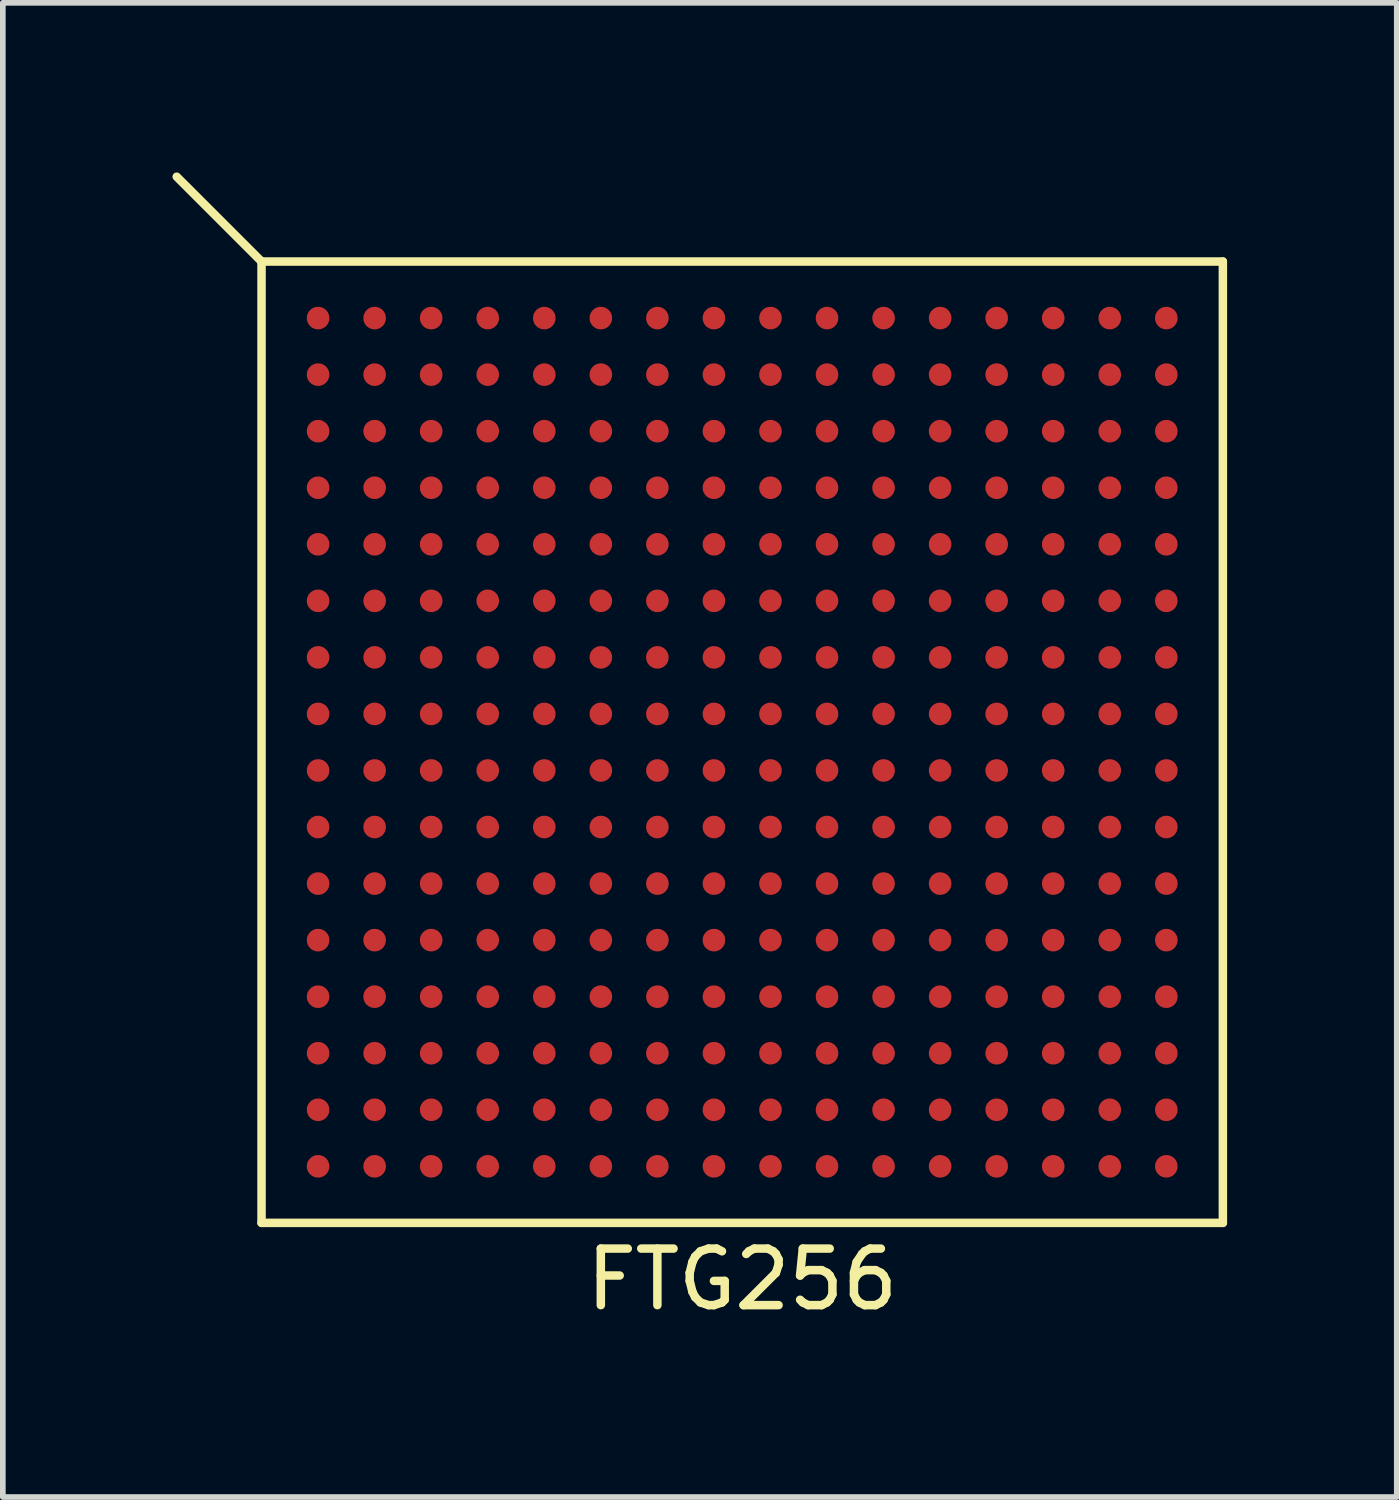
<source format=kicad_pcb>
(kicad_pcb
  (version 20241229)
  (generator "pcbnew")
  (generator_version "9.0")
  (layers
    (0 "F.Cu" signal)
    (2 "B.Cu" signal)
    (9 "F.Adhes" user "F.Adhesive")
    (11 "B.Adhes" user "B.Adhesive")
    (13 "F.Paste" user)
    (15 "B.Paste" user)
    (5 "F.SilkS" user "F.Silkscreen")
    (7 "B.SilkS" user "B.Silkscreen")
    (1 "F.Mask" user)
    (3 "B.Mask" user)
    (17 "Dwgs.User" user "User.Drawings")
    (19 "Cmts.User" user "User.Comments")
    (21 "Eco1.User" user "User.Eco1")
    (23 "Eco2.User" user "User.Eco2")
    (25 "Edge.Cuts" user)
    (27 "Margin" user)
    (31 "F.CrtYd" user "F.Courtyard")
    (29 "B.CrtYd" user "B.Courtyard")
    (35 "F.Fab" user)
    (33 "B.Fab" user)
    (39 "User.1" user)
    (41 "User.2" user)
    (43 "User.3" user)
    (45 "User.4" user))
  (footprint "FTG256"
    (layer "F.Cu")
    (at 10.075 10.075)
    (property "Reference" "FTG256" (at 0 9.5 0) (layer "F.SilkS") (effects (font (size 1 1) (thickness 0.15))))
    (attr through_hole)
    (fp_line (start -8.5 -8.5) (end -10 -10) (stroke (width 0.15) (type solid)) (layer "F.SilkS"))
    (fp_line (start -8.5 -8.5) (end 8.5 -8.5) (stroke (width 0.15) (type solid)) (layer "F.SilkS"))
    (fp_line (start -8.5 8.5) (end -8.5 -8.5) (stroke (width 0.15) (type solid)) (layer "F.SilkS"))
    (fp_line (start 8.5 -8.5) (end 8.5 8.5) (stroke (width 0.15) (type solid)) (layer "F.SilkS"))
    (fp_line (start 8.5 8.5) (end -8.5 8.5) (stroke (width 0.15) (type solid)) (layer "F.SilkS"))
    (pad "A1" smd circle (at -7.5 -7.5) (size 0.4 0.4) (layers "F.Cu" "F.Mask" "F.Paste"))
    (pad "A2" smd circle (at -6.5 -7.5) (size 0.4 0.4) (layers "F.Cu" "F.Mask" "F.Paste"))
    (pad "A3" smd circle (at -5.5 -7.5) (size 0.4 0.4) (layers "F.Cu" "F.Mask" "F.Paste"))
    (pad "A4" smd circle (at -4.5 -7.5) (size 0.4 0.4) (layers "F.Cu" "F.Mask" "F.Paste"))
    (pad "A5" smd circle (at -3.5 -7.5) (size 0.4 0.4) (layers "F.Cu" "F.Mask" "F.Paste"))
    (pad "A6" smd circle (at -2.5 -7.5) (size 0.4 0.4) (layers "F.Cu" "F.Mask" "F.Paste"))
    (pad "A7" smd circle (at -1.5 -7.5) (size 0.4 0.4) (layers "F.Cu" "F.Mask" "F.Paste"))
    (pad "A8" smd circle (at -0.5 -7.5) (size 0.4 0.4) (layers "F.Cu" "F.Mask" "F.Paste"))
    (pad "A9" smd circle (at 0.5 -7.5) (size 0.4 0.4) (layers "F.Cu" "F.Mask" "F.Paste"))
    (pad "A10" smd circle (at 1.5 -7.5) (size 0.4 0.4) (layers "F.Cu" "F.Mask" "F.Paste"))
    (pad "A11" smd circle (at 2.5 -7.5) (size 0.4 0.4) (layers "F.Cu" "F.Mask" "F.Paste"))
    (pad "A12" smd circle (at 3.5 -7.5) (size 0.4 0.4) (layers "F.Cu" "F.Mask" "F.Paste"))
    (pad "A13" smd circle (at 4.5 -7.5) (size 0.4 0.4) (layers "F.Cu" "F.Mask" "F.Paste"))
    (pad "A14" smd circle (at 5.5 -7.5) (size 0.4 0.4) (layers "F.Cu" "F.Mask" "F.Paste"))
    (pad "A15" smd circle (at 6.5 -7.5) (size 0.4 0.4) (layers "F.Cu" "F.Mask" "F.Paste"))
    (pad "A16" smd circle (at 7.5 -7.5) (size 0.4 0.4) (layers "F.Cu" "F.Mask" "F.Paste"))
    (pad "B1" smd circle (at -7.5 -6.5) (size 0.4 0.4) (layers "F.Cu" "F.Mask" "F.Paste"))
    (pad "B2" smd circle (at -6.5 -6.5) (size 0.4 0.4) (layers "F.Cu" "F.Mask" "F.Paste"))
    (pad "B3" smd circle (at -5.5 -6.5) (size 0.4 0.4) (layers "F.Cu" "F.Mask" "F.Paste"))
    (pad "B4" smd circle (at -4.5 -6.5) (size 0.4 0.4) (layers "F.Cu" "F.Mask" "F.Paste"))
    (pad "B5" smd circle (at -3.5 -6.5) (size 0.4 0.4) (layers "F.Cu" "F.Mask" "F.Paste"))
    (pad "B6" smd circle (at -2.5 -6.5) (size 0.4 0.4) (layers "F.Cu" "F.Mask" "F.Paste"))
    (pad "B7" smd circle (at -1.5 -6.5) (size 0.4 0.4) (layers "F.Cu" "F.Mask" "F.Paste"))
    (pad "B8" smd circle (at -0.5 -6.5) (size 0.4 0.4) (layers "F.Cu" "F.Mask" "F.Paste"))
    (pad "B9" smd circle (at 0.5 -6.5) (size 0.4 0.4) (layers "F.Cu" "F.Mask" "F.Paste"))
    (pad "B10" smd circle (at 1.5 -6.5) (size 0.4 0.4) (layers "F.Cu" "F.Mask" "F.Paste"))
    (pad "B11" smd circle (at 2.5 -6.5) (size 0.4 0.4) (layers "F.Cu" "F.Mask" "F.Paste"))
    (pad "B12" smd circle (at 3.5 -6.5) (size 0.4 0.4) (layers "F.Cu" "F.Mask" "F.Paste"))
    (pad "B13" smd circle (at 4.5 -6.5) (size 0.4 0.4) (layers "F.Cu" "F.Mask" "F.Paste"))
    (pad "B14" smd circle (at 5.5 -6.5) (size 0.4 0.4) (layers "F.Cu" "F.Mask" "F.Paste"))
    (pad "B15" smd circle (at 6.5 -6.5) (size 0.4 0.4) (layers "F.Cu" "F.Mask" "F.Paste"))
    (pad "B16" smd circle (at 7.5 -6.5) (size 0.4 0.4) (layers "F.Cu" "F.Mask" "F.Paste"))
    (pad "C1" smd circle (at -7.5 -5.5) (size 0.4 0.4) (layers "F.Cu" "F.Mask" "F.Paste"))
    (pad "C2" smd circle (at -6.5 -5.5) (size 0.4 0.4) (layers "F.Cu" "F.Mask" "F.Paste"))
    (pad "C3" smd circle (at -5.5 -5.5) (size 0.4 0.4) (layers "F.Cu" "F.Mask" "F.Paste"))
    (pad "C4" smd circle (at -4.5 -5.5) (size 0.4 0.4) (layers "F.Cu" "F.Mask" "F.Paste"))
    (pad "C5" smd circle (at -3.5 -5.5) (size 0.4 0.4) (layers "F.Cu" "F.Mask" "F.Paste"))
    (pad "C6" smd circle (at -2.5 -5.5) (size 0.4 0.4) (layers "F.Cu" "F.Mask" "F.Paste"))
    (pad "C7" smd circle (at -1.5 -5.5) (size 0.4 0.4) (layers "F.Cu" "F.Mask" "F.Paste"))
    (pad "C8" smd circle (at -0.5 -5.5) (size 0.4 0.4) (layers "F.Cu" "F.Mask" "F.Paste"))
    (pad "C9" smd circle (at 0.5 -5.5) (size 0.4 0.4) (layers "F.Cu" "F.Mask" "F.Paste"))
    (pad "C10" smd circle (at 1.5 -5.5) (size 0.4 0.4) (layers "F.Cu" "F.Mask" "F.Paste"))
    (pad "C11" smd circle (at 2.5 -5.5) (size 0.4 0.4) (layers "F.Cu" "F.Mask" "F.Paste"))
    (pad "C12" smd circle (at 3.5 -5.5) (size 0.4 0.4) (layers "F.Cu" "F.Mask" "F.Paste"))
    (pad "C13" smd circle (at 4.5 -5.5) (size 0.4 0.4) (layers "F.Cu" "F.Mask" "F.Paste"))
    (pad "C14" smd circle (at 5.5 -5.5) (size 0.4 0.4) (layers "F.Cu" "F.Mask" "F.Paste"))
    (pad "C15" smd circle (at 6.5 -5.5) (size 0.4 0.4) (layers "F.Cu" "F.Mask" "F.Paste"))
    (pad "C16" smd circle (at 7.5 -5.5) (size 0.4 0.4) (layers "F.Cu" "F.Mask" "F.Paste"))
    (pad "D1" smd circle (at -7.5 -4.5) (size 0.4 0.4) (layers "F.Cu" "F.Mask" "F.Paste"))
    (pad "D2" smd circle (at -6.5 -4.5) (size 0.4 0.4) (layers "F.Cu" "F.Mask" "F.Paste"))
    (pad "D3" smd circle (at -5.5 -4.5) (size 0.4 0.4) (layers "F.Cu" "F.Mask" "F.Paste"))
    (pad "D4" smd circle (at -4.5 -4.5) (size 0.4 0.4) (layers "F.Cu" "F.Mask" "F.Paste"))
    (pad "D5" smd circle (at -3.5 -4.5) (size 0.4 0.4) (layers "F.Cu" "F.Mask" "F.Paste"))
    (pad "D6" smd circle (at -2.5 -4.5) (size 0.4 0.4) (layers "F.Cu" "F.Mask" "F.Paste"))
    (pad "D7" smd circle (at -1.5 -4.5) (size 0.4 0.4) (layers "F.Cu" "F.Mask" "F.Paste"))
    (pad "D8" smd circle (at -0.5 -4.5) (size 0.4 0.4) (layers "F.Cu" "F.Mask" "F.Paste"))
    (pad "D9" smd circle (at 0.5 -4.5) (size 0.4 0.4) (layers "F.Cu" "F.Mask" "F.Paste"))
    (pad "D10" smd circle (at 1.5 -4.5) (size 0.4 0.4) (layers "F.Cu" "F.Mask" "F.Paste"))
    (pad "D11" smd circle (at 2.5 -4.5) (size 0.4 0.4) (layers "F.Cu" "F.Mask" "F.Paste"))
    (pad "D12" smd circle (at 3.5 -4.5) (size 0.4 0.4) (layers "F.Cu" "F.Mask" "F.Paste"))
    (pad "D13" smd circle (at 4.5 -4.5) (size 0.4 0.4) (layers "F.Cu" "F.Mask" "F.Paste"))
    (pad "D14" smd circle (at 5.5 -4.5) (size 0.4 0.4) (layers "F.Cu" "F.Mask" "F.Paste"))
    (pad "D15" smd circle (at 6.5 -4.5) (size 0.4 0.4) (layers "F.Cu" "F.Mask" "F.Paste"))
    (pad "D16" smd circle (at 7.5 -4.5) (size 0.4 0.4) (layers "F.Cu" "F.Mask" "F.Paste"))
    (pad "E1" smd circle (at -7.5 -3.5) (size 0.4 0.4) (layers "F.Cu" "F.Mask" "F.Paste"))
    (pad "E2" smd circle (at -6.5 -3.5) (size 0.4 0.4) (layers "F.Cu" "F.Mask" "F.Paste"))
    (pad "E3" smd circle (at -5.5 -3.5) (size 0.4 0.4) (layers "F.Cu" "F.Mask" "F.Paste"))
    (pad "E4" smd circle (at -4.5 -3.5) (size 0.4 0.4) (layers "F.Cu" "F.Mask" "F.Paste"))
    (pad "E5" smd circle (at -3.5 -3.5) (size 0.4 0.4) (layers "F.Cu" "F.Mask" "F.Paste"))
    (pad "E6" smd circle (at -2.5 -3.5) (size 0.4 0.4) (layers "F.Cu" "F.Mask" "F.Paste"))
    (pad "E7" smd circle (at -1.5 -3.5) (size 0.4 0.4) (layers "F.Cu" "F.Mask" "F.Paste"))
    (pad "E8" smd circle (at -0.5 -3.5) (size 0.4 0.4) (layers "F.Cu" "F.Mask" "F.Paste"))
    (pad "E9" smd circle (at 0.5 -3.5) (size 0.4 0.4) (layers "F.Cu" "F.Mask" "F.Paste"))
    (pad "E10" smd circle (at 1.5 -3.5) (size 0.4 0.4) (layers "F.Cu" "F.Mask" "F.Paste"))
    (pad "E11" smd circle (at 2.5 -3.5) (size 0.4 0.4) (layers "F.Cu" "F.Mask" "F.Paste"))
    (pad "E12" smd circle (at 3.5 -3.5) (size 0.4 0.4) (layers "F.Cu" "F.Mask" "F.Paste"))
    (pad "E13" smd circle (at 4.5 -3.5) (size 0.4 0.4) (layers "F.Cu" "F.Mask" "F.Paste"))
    (pad "E14" smd circle (at 5.5 -3.5) (size 0.4 0.4) (layers "F.Cu" "F.Mask" "F.Paste"))
    (pad "E15" smd circle (at 6.5 -3.5) (size 0.4 0.4) (layers "F.Cu" "F.Mask" "F.Paste"))
    (pad "E16" smd circle (at 7.5 -3.5) (size 0.4 0.4) (layers "F.Cu" "F.Mask" "F.Paste"))
    (pad "F1" smd circle (at -7.5 -2.5) (size 0.4 0.4) (layers "F.Cu" "F.Mask" "F.Paste"))
    (pad "F2" smd circle (at -6.5 -2.5) (size 0.4 0.4) (layers "F.Cu" "F.Mask" "F.Paste"))
    (pad "F3" smd circle (at -5.5 -2.5) (size 0.4 0.4) (layers "F.Cu" "F.Mask" "F.Paste"))
    (pad "F4" smd circle (at -4.5 -2.5) (size 0.4 0.4) (layers "F.Cu" "F.Mask" "F.Paste"))
    (pad "F5" smd circle (at -3.5 -2.5) (size 0.4 0.4) (layers "F.Cu" "F.Mask" "F.Paste"))
    (pad "F6" smd circle (at -2.5 -2.5) (size 0.4 0.4) (layers "F.Cu" "F.Mask" "F.Paste"))
    (pad "F7" smd circle (at -1.5 -2.5) (size 0.4 0.4) (layers "F.Cu" "F.Mask" "F.Paste"))
    (pad "F8" smd circle (at -0.5 -2.5) (size 0.4 0.4) (layers "F.Cu" "F.Mask" "F.Paste"))
    (pad "F9" smd circle (at 0.5 -2.5) (size 0.4 0.4) (layers "F.Cu" "F.Mask" "F.Paste"))
    (pad "F10" smd circle (at 1.5 -2.5) (size 0.4 0.4) (layers "F.Cu" "F.Mask" "F.Paste"))
    (pad "F11" smd circle (at 2.5 -2.5) (size 0.4 0.4) (layers "F.Cu" "F.Mask" "F.Paste"))
    (pad "F12" smd circle (at 3.5 -2.5) (size 0.4 0.4) (layers "F.Cu" "F.Mask" "F.Paste"))
    (pad "F13" smd circle (at 4.5 -2.5) (size 0.4 0.4) (layers "F.Cu" "F.Mask" "F.Paste"))
    (pad "F14" smd circle (at 5.5 -2.5) (size 0.4 0.4) (layers "F.Cu" "F.Mask" "F.Paste"))
    (pad "F15" smd circle (at 6.5 -2.5) (size 0.4 0.4) (layers "F.Cu" "F.Mask" "F.Paste"))
    (pad "F16" smd circle (at 7.5 -2.5) (size 0.4 0.4) (layers "F.Cu" "F.Mask" "F.Paste"))
    (pad "G1" smd circle (at -7.5 -1.5) (size 0.4 0.4) (layers "F.Cu" "F.Mask" "F.Paste"))
    (pad "G2" smd circle (at -6.5 -1.5) (size 0.4 0.4) (layers "F.Cu" "F.Mask" "F.Paste"))
    (pad "G3" smd circle (at -5.5 -1.5) (size 0.4 0.4) (layers "F.Cu" "F.Mask" "F.Paste"))
    (pad "G4" smd circle (at -4.5 -1.5) (size 0.4 0.4) (layers "F.Cu" "F.Mask" "F.Paste"))
    (pad "G5" smd circle (at -3.5 -1.5) (size 0.4 0.4) (layers "F.Cu" "F.Mask" "F.Paste"))
    (pad "G6" smd circle (at -2.5 -1.5) (size 0.4 0.4) (layers "F.Cu" "F.Mask" "F.Paste"))
    (pad "G7" smd circle (at -1.5 -1.5) (size 0.4 0.4) (layers "F.Cu" "F.Mask" "F.Paste"))
    (pad "G8" smd circle (at -0.5 -1.5) (size 0.4 0.4) (layers "F.Cu" "F.Mask" "F.Paste"))
    (pad "G9" smd circle (at 0.5 -1.5) (size 0.4 0.4) (layers "F.Cu" "F.Mask" "F.Paste"))
    (pad "G10" smd circle (at 1.5 -1.5) (size 0.4 0.4) (layers "F.Cu" "F.Mask" "F.Paste"))
    (pad "G11" smd circle (at 2.5 -1.5) (size 0.4 0.4) (layers "F.Cu" "F.Mask" "F.Paste"))
    (pad "G12" smd circle (at 3.5 -1.5) (size 0.4 0.4) (layers "F.Cu" "F.Mask" "F.Paste"))
    (pad "G13" smd circle (at 4.5 -1.5) (size 0.4 0.4) (layers "F.Cu" "F.Mask" "F.Paste"))
    (pad "G14" smd circle (at 5.5 -1.5) (size 0.4 0.4) (layers "F.Cu" "F.Mask" "F.Paste"))
    (pad "G15" smd circle (at 6.5 -1.5) (size 0.4 0.4) (layers "F.Cu" "F.Mask" "F.Paste"))
    (pad "G16" smd circle (at 7.5 -1.5) (size 0.4 0.4) (layers "F.Cu" "F.Mask" "F.Paste"))
    (pad "H1" smd circle (at -7.5 -0.5) (size 0.4 0.4) (layers "F.Cu" "F.Mask" "F.Paste"))
    (pad "H2" smd circle (at -6.5 -0.5) (size 0.4 0.4) (layers "F.Cu" "F.Mask" "F.Paste"))
    (pad "H3" smd circle (at -5.5 -0.5) (size 0.4 0.4) (layers "F.Cu" "F.Mask" "F.Paste"))
    (pad "H4" smd circle (at -4.5 -0.5) (size 0.4 0.4) (layers "F.Cu" "F.Mask" "F.Paste"))
    (pad "H5" smd circle (at -3.5 -0.5) (size 0.4 0.4) (layers "F.Cu" "F.Mask" "F.Paste"))
    (pad "H6" smd circle (at -2.5 -0.5) (size 0.4 0.4) (layers "F.Cu" "F.Mask" "F.Paste"))
    (pad "H7" smd circle (at -1.5 -0.5) (size 0.4 0.4) (layers "F.Cu" "F.Mask" "F.Paste"))
    (pad "H8" smd circle (at -0.5 -0.5) (size 0.4 0.4) (layers "F.Cu" "F.Mask" "F.Paste"))
    (pad "H9" smd circle (at 0.5 -0.5) (size 0.4 0.4) (layers "F.Cu" "F.Mask" "F.Paste"))
    (pad "H10" smd circle (at 1.5 -0.5) (size 0.4 0.4) (layers "F.Cu" "F.Mask" "F.Paste"))
    (pad "H11" smd circle (at 2.5 -0.5) (size 0.4 0.4) (layers "F.Cu" "F.Mask" "F.Paste"))
    (pad "H12" smd circle (at 3.5 -0.5) (size 0.4 0.4) (layers "F.Cu" "F.Mask" "F.Paste"))
    (pad "H13" smd circle (at 4.5 -0.5) (size 0.4 0.4) (layers "F.Cu" "F.Mask" "F.Paste"))
    (pad "H14" smd circle (at 5.5 -0.5) (size 0.4 0.4) (layers "F.Cu" "F.Mask" "F.Paste"))
    (pad "H15" smd circle (at 6.5 -0.5) (size 0.4 0.4) (layers "F.Cu" "F.Mask" "F.Paste"))
    (pad "H16" smd circle (at 7.5 -0.5) (size 0.4 0.4) (layers "F.Cu" "F.Mask" "F.Paste"))
    (pad "J1" smd circle (at -7.5 0.5) (size 0.4 0.4) (layers "F.Cu" "F.Mask" "F.Paste"))
    (pad "J2" smd circle (at -6.5 0.5) (size 0.4 0.4) (layers "F.Cu" "F.Mask" "F.Paste"))
    (pad "J3" smd circle (at -5.5 0.5) (size 0.4 0.4) (layers "F.Cu" "F.Mask" "F.Paste"))
    (pad "J4" smd circle (at -4.5 0.5) (size 0.4 0.4) (layers "F.Cu" "F.Mask" "F.Paste"))
    (pad "J5" smd circle (at -3.5 0.5) (size 0.4 0.4) (layers "F.Cu" "F.Mask" "F.Paste"))
    (pad "J6" smd circle (at -2.5 0.5) (size 0.4 0.4) (layers "F.Cu" "F.Mask" "F.Paste"))
    (pad "J7" smd circle (at -1.5 0.5) (size 0.4 0.4) (layers "F.Cu" "F.Mask" "F.Paste"))
    (pad "J8" smd circle (at -0.5 0.5) (size 0.4 0.4) (layers "F.Cu" "F.Mask" "F.Paste"))
    (pad "J9" smd circle (at 0.5 0.5) (size 0.4 0.4) (layers "F.Cu" "F.Mask" "F.Paste"))
    (pad "J10" smd circle (at 1.5 0.5) (size 0.4 0.4) (layers "F.Cu" "F.Mask" "F.Paste"))
    (pad "J11" smd circle (at 2.5 0.5) (size 0.4 0.4) (layers "F.Cu" "F.Mask" "F.Paste"))
    (pad "J12" smd circle (at 3.5 0.5) (size 0.4 0.4) (layers "F.Cu" "F.Mask" "F.Paste"))
    (pad "J13" smd circle (at 4.5 0.5) (size 0.4 0.4) (layers "F.Cu" "F.Mask" "F.Paste"))
    (pad "J14" smd circle (at 5.5 0.5) (size 0.4 0.4) (layers "F.Cu" "F.Mask" "F.Paste"))
    (pad "J15" smd circle (at 6.5 0.5) (size 0.4 0.4) (layers "F.Cu" "F.Mask" "F.Paste"))
    (pad "J16" smd circle (at 7.5 0.5) (size 0.4 0.4) (layers "F.Cu" "F.Mask" "F.Paste"))
    (pad "K1" smd circle (at -7.5 1.5) (size 0.4 0.4) (layers "F.Cu" "F.Mask" "F.Paste"))
    (pad "K2" smd circle (at -6.5 1.5) (size 0.4 0.4) (layers "F.Cu" "F.Mask" "F.Paste"))
    (pad "K3" smd circle (at -5.5 1.5) (size 0.4 0.4) (layers "F.Cu" "F.Mask" "F.Paste"))
    (pad "K4" smd circle (at -4.5 1.5) (size 0.4 0.4) (layers "F.Cu" "F.Mask" "F.Paste"))
    (pad "K5" smd circle (at -3.5 1.5) (size 0.4 0.4) (layers "F.Cu" "F.Mask" "F.Paste"))
    (pad "K6" smd circle (at -2.5 1.5) (size 0.4 0.4) (layers "F.Cu" "F.Mask" "F.Paste"))
    (pad "K7" smd circle (at -1.5 1.5) (size 0.4 0.4) (layers "F.Cu" "F.Mask" "F.Paste"))
    (pad "K8" smd circle (at -0.5 1.5) (size 0.4 0.4) (layers "F.Cu" "F.Mask" "F.Paste"))
    (pad "K9" smd circle (at 0.5 1.5) (size 0.4 0.4) (layers "F.Cu" "F.Mask" "F.Paste"))
    (pad "K10" smd circle (at 1.5 1.5) (size 0.4 0.4) (layers "F.Cu" "F.Mask" "F.Paste"))
    (pad "K11" smd circle (at 2.5 1.5) (size 0.4 0.4) (layers "F.Cu" "F.Mask" "F.Paste"))
    (pad "K12" smd circle (at 3.5 1.5) (size 0.4 0.4) (layers "F.Cu" "F.Mask" "F.Paste"))
    (pad "K13" smd circle (at 4.5 1.5) (size 0.4 0.4) (layers "F.Cu" "F.Mask" "F.Paste"))
    (pad "K14" smd circle (at 5.5 1.5) (size 0.4 0.4) (layers "F.Cu" "F.Mask" "F.Paste"))
    (pad "K15" smd circle (at 6.5 1.5) (size 0.4 0.4) (layers "F.Cu" "F.Mask" "F.Paste"))
    (pad "K16" smd circle (at 7.5 1.5) (size 0.4 0.4) (layers "F.Cu" "F.Mask" "F.Paste"))
    (pad "L1" smd circle (at -7.5 2.5) (size 0.4 0.4) (layers "F.Cu" "F.Mask" "F.Paste"))
    (pad "L2" smd circle (at -6.5 2.5) (size 0.4 0.4) (layers "F.Cu" "F.Mask" "F.Paste"))
    (pad "L3" smd circle (at -5.5 2.5) (size 0.4 0.4) (layers "F.Cu" "F.Mask" "F.Paste"))
    (pad "L4" smd circle (at -4.5 2.5) (size 0.4 0.4) (layers "F.Cu" "F.Mask" "F.Paste"))
    (pad "L5" smd circle (at -3.5 2.5) (size 0.4 0.4) (layers "F.Cu" "F.Mask" "F.Paste"))
    (pad "L6" smd circle (at -2.5 2.5) (size 0.4 0.4) (layers "F.Cu" "F.Mask" "F.Paste"))
    (pad "L7" smd circle (at -1.5 2.5) (size 0.4 0.4) (layers "F.Cu" "F.Mask" "F.Paste"))
    (pad "L8" smd circle (at -0.5 2.5) (size 0.4 0.4) (layers "F.Cu" "F.Mask" "F.Paste"))
    (pad "L9" smd circle (at 0.5 2.5) (size 0.4 0.4) (layers "F.Cu" "F.Mask" "F.Paste"))
    (pad "L10" smd circle (at 1.5 2.5) (size 0.4 0.4) (layers "F.Cu" "F.Mask" "F.Paste"))
    (pad "L11" smd circle (at 2.5 2.5) (size 0.4 0.4) (layers "F.Cu" "F.Mask" "F.Paste"))
    (pad "L12" smd circle (at 3.5 2.5) (size 0.4 0.4) (layers "F.Cu" "F.Mask" "F.Paste"))
    (pad "L13" smd circle (at 4.5 2.5) (size 0.4 0.4) (layers "F.Cu" "F.Mask" "F.Paste"))
    (pad "L14" smd circle (at 5.5 2.5) (size 0.4 0.4) (layers "F.Cu" "F.Mask" "F.Paste"))
    (pad "L15" smd circle (at 6.5 2.5) (size 0.4 0.4) (layers "F.Cu" "F.Mask" "F.Paste"))
    (pad "L16" smd circle (at 7.5 2.5) (size 0.4 0.4) (layers "F.Cu" "F.Mask" "F.Paste"))
    (pad "M1" smd circle (at -7.5 3.5) (size 0.4 0.4) (layers "F.Cu" "F.Mask" "F.Paste"))
    (pad "M2" smd circle (at -6.5 3.5) (size 0.4 0.4) (layers "F.Cu" "F.Mask" "F.Paste"))
    (pad "M3" smd circle (at -5.5 3.5) (size 0.4 0.4) (layers "F.Cu" "F.Mask" "F.Paste"))
    (pad "M4" smd circle (at -4.5 3.5) (size 0.4 0.4) (layers "F.Cu" "F.Mask" "F.Paste"))
    (pad "M5" smd circle (at -3.5 3.5) (size 0.4 0.4) (layers "F.Cu" "F.Mask" "F.Paste"))
    (pad "M6" smd circle (at -2.5 3.5) (size 0.4 0.4) (layers "F.Cu" "F.Mask" "F.Paste"))
    (pad "M7" smd circle (at -1.5 3.5) (size 0.4 0.4) (layers "F.Cu" "F.Mask" "F.Paste"))
    (pad "M8" smd circle (at -0.5 3.5) (size 0.4 0.4) (layers "F.Cu" "F.Mask" "F.Paste"))
    (pad "M9" smd circle (at 0.5 3.5) (size 0.4 0.4) (layers "F.Cu" "F.Mask" "F.Paste"))
    (pad "M10" smd circle (at 1.5 3.5) (size 0.4 0.4) (layers "F.Cu" "F.Mask" "F.Paste"))
    (pad "M11" smd circle (at 2.5 3.5) (size 0.4 0.4) (layers "F.Cu" "F.Mask" "F.Paste"))
    (pad "M12" smd circle (at 3.5 3.5) (size 0.4 0.4) (layers "F.Cu" "F.Mask" "F.Paste"))
    (pad "M13" smd circle (at 4.5 3.5) (size 0.4 0.4) (layers "F.Cu" "F.Mask" "F.Paste"))
    (pad "M14" smd circle (at 5.5 3.5) (size 0.4 0.4) (layers "F.Cu" "F.Mask" "F.Paste"))
    (pad "M15" smd circle (at 6.5 3.5) (size 0.4 0.4) (layers "F.Cu" "F.Mask" "F.Paste"))
    (pad "M16" smd circle (at 7.5 3.5) (size 0.4 0.4) (layers "F.Cu" "F.Mask" "F.Paste"))
    (pad "N1" smd circle (at -7.5 4.5) (size 0.4 0.4) (layers "F.Cu" "F.Mask" "F.Paste"))
    (pad "N2" smd circle (at -6.5 4.5) (size 0.4 0.4) (layers "F.Cu" "F.Mask" "F.Paste"))
    (pad "N3" smd circle (at -5.5 4.5) (size 0.4 0.4) (layers "F.Cu" "F.Mask" "F.Paste"))
    (pad "N4" smd circle (at -4.5 4.5) (size 0.4 0.4) (layers "F.Cu" "F.Mask" "F.Paste"))
    (pad "N5" smd circle (at -3.5 4.5) (size 0.4 0.4) (layers "F.Cu" "F.Mask" "F.Paste"))
    (pad "N6" smd circle (at -2.5 4.5) (size 0.4 0.4) (layers "F.Cu" "F.Mask" "F.Paste"))
    (pad "N7" smd circle (at -1.5 4.5) (size 0.4 0.4) (layers "F.Cu" "F.Mask" "F.Paste"))
    (pad "N8" smd circle (at -0.5 4.5) (size 0.4 0.4) (layers "F.Cu" "F.Mask" "F.Paste"))
    (pad "N9" smd circle (at 0.5 4.5) (size 0.4 0.4) (layers "F.Cu" "F.Mask" "F.Paste"))
    (pad "N10" smd circle (at 1.5 4.5) (size 0.4 0.4) (layers "F.Cu" "F.Mask" "F.Paste"))
    (pad "N11" smd circle (at 2.5 4.5) (size 0.4 0.4) (layers "F.Cu" "F.Mask" "F.Paste"))
    (pad "N12" smd circle (at 3.5 4.5) (size 0.4 0.4) (layers "F.Cu" "F.Mask" "F.Paste"))
    (pad "N13" smd circle (at 4.5 4.5) (size 0.4 0.4) (layers "F.Cu" "F.Mask" "F.Paste"))
    (pad "N14" smd circle (at 5.5 4.5) (size 0.4 0.4) (layers "F.Cu" "F.Mask" "F.Paste"))
    (pad "N15" smd circle (at 6.5 4.5) (size 0.4 0.4) (layers "F.Cu" "F.Mask" "F.Paste"))
    (pad "N16" smd circle (at 7.5 4.5) (size 0.4 0.4) (layers "F.Cu" "F.Mask" "F.Paste"))
    (pad "P1" smd circle (at -7.5 5.5) (size 0.4 0.4) (layers "F.Cu" "F.Mask" "F.Paste"))
    (pad "P2" smd circle (at -6.5 5.5) (size 0.4 0.4) (layers "F.Cu" "F.Mask" "F.Paste"))
    (pad "P3" smd circle (at -5.5 5.5) (size 0.4 0.4) (layers "F.Cu" "F.Mask" "F.Paste"))
    (pad "P4" smd circle (at -4.5 5.5) (size 0.4 0.4) (layers "F.Cu" "F.Mask" "F.Paste"))
    (pad "P5" smd circle (at -3.5 5.5) (size 0.4 0.4) (layers "F.Cu" "F.Mask" "F.Paste"))
    (pad "P6" smd circle (at -2.5 5.5) (size 0.4 0.4) (layers "F.Cu" "F.Mask" "F.Paste"))
    (pad "P7" smd circle (at -1.5 5.5) (size 0.4 0.4) (layers "F.Cu" "F.Mask" "F.Paste"))
    (pad "P8" smd circle (at -0.5 5.5) (size 0.4 0.4) (layers "F.Cu" "F.Mask" "F.Paste"))
    (pad "P9" smd circle (at 0.5 5.5) (size 0.4 0.4) (layers "F.Cu" "F.Mask" "F.Paste"))
    (pad "P10" smd circle (at 1.5 5.5) (size 0.4 0.4) (layers "F.Cu" "F.Mask" "F.Paste"))
    (pad "P11" smd circle (at 2.5 5.5) (size 0.4 0.4) (layers "F.Cu" "F.Mask" "F.Paste"))
    (pad "P12" smd circle (at 3.5 5.5) (size 0.4 0.4) (layers "F.Cu" "F.Mask" "F.Paste"))
    (pad "P13" smd circle (at 4.5 5.5) (size 0.4 0.4) (layers "F.Cu" "F.Mask" "F.Paste"))
    (pad "P14" smd circle (at 5.5 5.5) (size 0.4 0.4) (layers "F.Cu" "F.Mask" "F.Paste"))
    (pad "P15" smd circle (at 6.5 5.5) (size 0.4 0.4) (layers "F.Cu" "F.Mask" "F.Paste"))
    (pad "P16" smd circle (at 7.5 5.5) (size 0.4 0.4) (layers "F.Cu" "F.Mask" "F.Paste"))
    (pad "R1" smd circle (at -7.5 6.5) (size 0.4 0.4) (layers "F.Cu" "F.Mask" "F.Paste"))
    (pad "R2" smd circle (at -6.5 6.5) (size 0.4 0.4) (layers "F.Cu" "F.Mask" "F.Paste"))
    (pad "R3" smd circle (at -5.5 6.5) (size 0.4 0.4) (layers "F.Cu" "F.Mask" "F.Paste"))
    (pad "R4" smd circle (at -4.5 6.5) (size 0.4 0.4) (layers "F.Cu" "F.Mask" "F.Paste"))
    (pad "R5" smd circle (at -3.5 6.5) (size 0.4 0.4) (layers "F.Cu" "F.Mask" "F.Paste"))
    (pad "R6" smd circle (at -2.5 6.5) (size 0.4 0.4) (layers "F.Cu" "F.Mask" "F.Paste"))
    (pad "R7" smd circle (at -1.5 6.5) (size 0.4 0.4) (layers "F.Cu" "F.Mask" "F.Paste"))
    (pad "R8" smd circle (at -0.5 6.5) (size 0.4 0.4) (layers "F.Cu" "F.Mask" "F.Paste"))
    (pad "R9" smd circle (at 0.5 6.5) (size 0.4 0.4) (layers "F.Cu" "F.Mask" "F.Paste"))
    (pad "R10" smd circle (at 1.5 6.5) (size 0.4 0.4) (layers "F.Cu" "F.Mask" "F.Paste"))
    (pad "R11" smd circle (at 2.5 6.5) (size 0.4 0.4) (layers "F.Cu" "F.Mask" "F.Paste"))
    (pad "R12" smd circle (at 3.5 6.5) (size 0.4 0.4) (layers "F.Cu" "F.Mask" "F.Paste"))
    (pad "R13" smd circle (at 4.5 6.5) (size 0.4 0.4) (layers "F.Cu" "F.Mask" "F.Paste"))
    (pad "R14" smd circle (at 5.5 6.5) (size 0.4 0.4) (layers "F.Cu" "F.Mask" "F.Paste"))
    (pad "R15" smd circle (at 6.5 6.5) (size 0.4 0.4) (layers "F.Cu" "F.Mask" "F.Paste"))
    (pad "R16" smd circle (at 7.5 6.5) (size 0.4 0.4) (layers "F.Cu" "F.Mask" "F.Paste"))
    (pad "T1" smd circle (at -7.5 7.5) (size 0.4 0.4) (layers "F.Cu" "F.Mask" "F.Paste"))
    (pad "T2" smd circle (at -6.5 7.5) (size 0.4 0.4) (layers "F.Cu" "F.Mask" "F.Paste"))
    (pad "T3" smd circle (at -5.5 7.5) (size 0.4 0.4) (layers "F.Cu" "F.Mask" "F.Paste"))
    (pad "T4" smd circle (at -4.5 7.5) (size 0.4 0.4) (layers "F.Cu" "F.Mask" "F.Paste"))
    (pad "T5" smd circle (at -3.5 7.5) (size 0.4 0.4) (layers "F.Cu" "F.Mask" "F.Paste"))
    (pad "T6" smd circle (at -2.5 7.5) (size 0.4 0.4) (layers "F.Cu" "F.Mask" "F.Paste"))
    (pad "T7" smd circle (at -1.5 7.5) (size 0.4 0.4) (layers "F.Cu" "F.Mask" "F.Paste"))
    (pad "T8" smd circle (at -0.5 7.5) (size 0.4 0.4) (layers "F.Cu" "F.Mask" "F.Paste"))
    (pad "T9" smd circle (at 0.5 7.5) (size 0.4 0.4) (layers "F.Cu" "F.Mask" "F.Paste"))
    (pad "T10" smd circle (at 1.5 7.5) (size 0.4 0.4) (layers "F.Cu" "F.Mask" "F.Paste"))
    (pad "T11" smd circle (at 2.5 7.5) (size 0.4 0.4) (layers "F.Cu" "F.Mask" "F.Paste"))
    (pad "T12" smd circle (at 3.5 7.5) (size 0.4 0.4) (layers "F.Cu" "F.Mask" "F.Paste"))
    (pad "T13" smd circle (at 4.5 7.5) (size 0.4 0.4) (layers "F.Cu" "F.Mask" "F.Paste"))
    (pad "T14" smd circle (at 5.5 7.5) (size 0.4 0.4) (layers "F.Cu" "F.Mask" "F.Paste"))
    (pad "T15" smd circle (at 6.5 7.5) (size 0.4 0.4) (layers "F.Cu" "F.Mask" "F.Paste"))
    (pad "T16" smd circle (at 7.5 7.5) (size 0.4 0.4) (layers "F.Cu" "F.Mask" "F.Paste")))
  (gr_rect
    (start -3 -3)
    (end 21.65 23.423)
    (stroke (width 0.1) (type default))
    (fill no)
    (layer "Edge.Cuts")))
</source>
